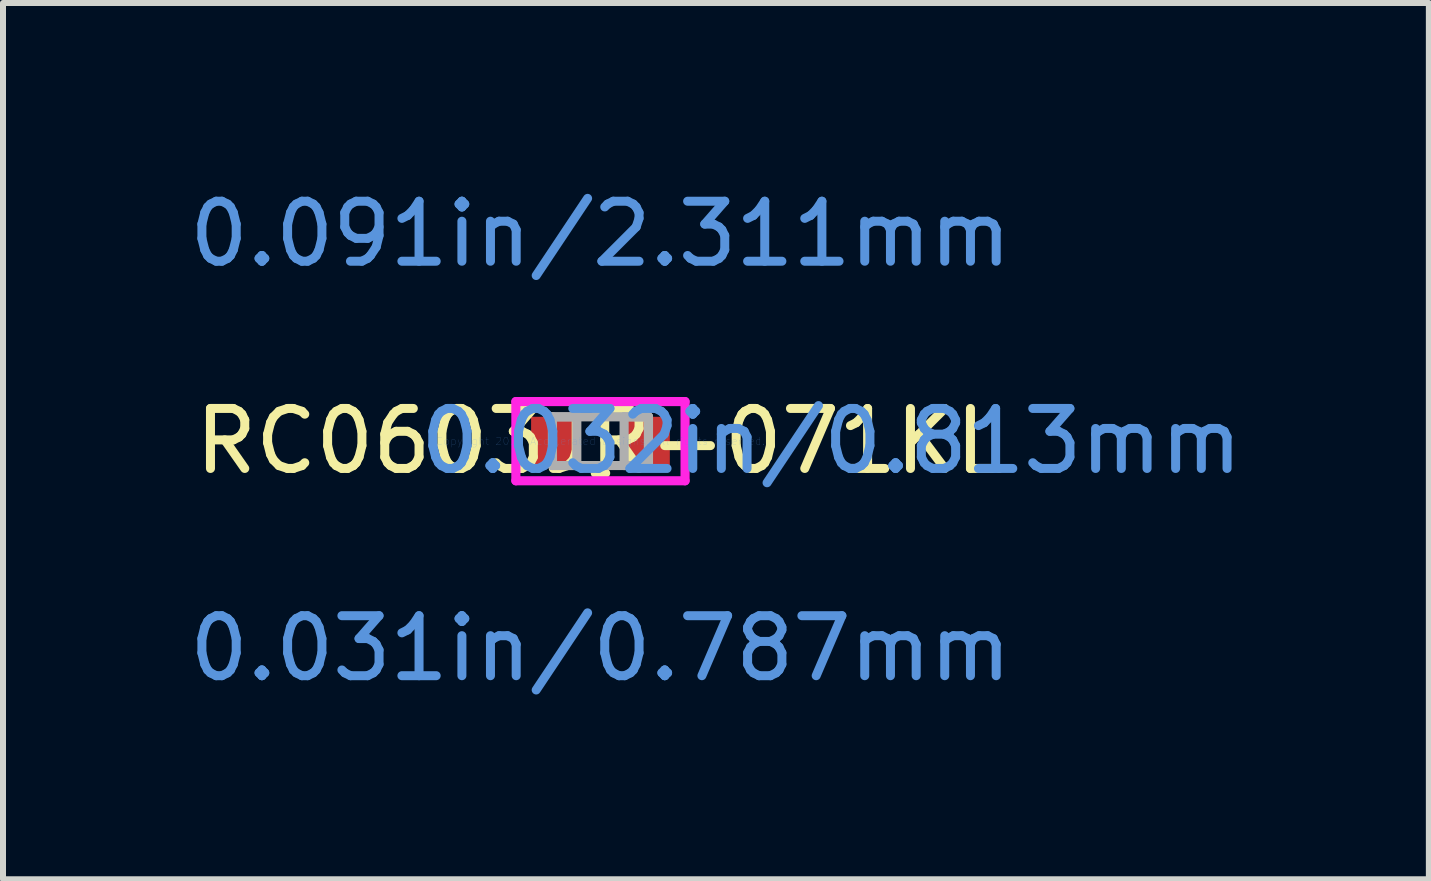
<source format=kicad_pcb>
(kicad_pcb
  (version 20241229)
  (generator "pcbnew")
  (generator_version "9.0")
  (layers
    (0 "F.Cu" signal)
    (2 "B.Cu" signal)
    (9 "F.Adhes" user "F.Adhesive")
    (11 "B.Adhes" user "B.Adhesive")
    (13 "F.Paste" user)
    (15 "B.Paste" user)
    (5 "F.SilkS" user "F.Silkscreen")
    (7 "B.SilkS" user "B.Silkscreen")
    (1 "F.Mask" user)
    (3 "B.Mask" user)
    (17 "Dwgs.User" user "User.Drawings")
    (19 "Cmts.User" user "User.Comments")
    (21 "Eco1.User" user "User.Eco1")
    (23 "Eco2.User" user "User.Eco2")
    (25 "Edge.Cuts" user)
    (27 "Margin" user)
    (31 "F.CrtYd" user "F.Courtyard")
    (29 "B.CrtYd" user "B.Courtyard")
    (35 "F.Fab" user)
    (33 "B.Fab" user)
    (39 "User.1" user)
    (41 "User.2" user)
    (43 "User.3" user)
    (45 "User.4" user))
  (footprint "RC0603JR-071KL"
    (layer "F.Cu")
    (at 6.958 4.303)
    (property "Reference" "RC0603JR-071KL" (at 0 0 0) (layer "F.SilkS") (effects (font (size 1 1) (thickness 0.15))))
    (attr through_hole)
    (fp_line (start -0.086 0.533) (end 0.086 0.533) (stroke (width 0.152) (type solid)) (layer "F.SilkS"))
    (fp_line (start 0.086 -0.533) (end -0.086 -0.533) (stroke (width 0.152) (type solid)) (layer "F.SilkS"))
    (fp_line (start -1.41 -0.66) (end 1.41 -0.66) (stroke (width 0.152) (type solid)) (layer "F.CrtYd"))
    (fp_line (start -1.41 0.66) (end -1.41 -0.66) (stroke (width 0.152) (type solid)) (layer "F.CrtYd"))
    (fp_line (start 1.41 -0.66) (end 1.41 0.66) (stroke (width 0.152) (type solid)) (layer "F.CrtYd"))
    (fp_line (start 1.41 0.66) (end -1.41 0.66) (stroke (width 0.152) (type solid)) (layer "F.CrtYd"))
    (fp_line (start -0.8 -0.406) (end -0.8 0.406) (stroke (width 0.152) (type solid)) (layer "F.Fab"))
    (fp_line (start -0.8 -0.406) (end -0.8 0.406) (stroke (width 0.152) (type solid)) (layer "F.Fab"))
    (fp_line (start -0.8 0.406) (end -0.394 0.406) (stroke (width 0.152) (type solid)) (layer "F.Fab"))
    (fp_line (start -0.8 0.406) (end 0.8 0.406) (stroke (width 0.152) (type solid)) (layer "F.Fab"))
    (fp_line (start -0.394 -0.406) (end -0.8 -0.406) (stroke (width 0.152) (type solid)) (layer "F.Fab"))
    (fp_line (start -0.394 0.406) (end -0.394 -0.406) (stroke (width 0.152) (type solid)) (layer "F.Fab"))
    (fp_line (start 0.394 -0.406) (end 0.394 0.406) (stroke (width 0.152) (type solid)) (layer "F.Fab"))
    (fp_line (start 0.394 0.406) (end 0.8 0.406) (stroke (width 0.152) (type solid)) (layer "F.Fab"))
    (fp_line (start 0.8 -0.406) (end -0.8 -0.406) (stroke (width 0.152) (type solid)) (layer "F.Fab"))
    (fp_line (start 0.8 -0.406) (end 0.394 -0.406) (stroke (width 0.152) (type solid)) (layer "F.Fab"))
    (fp_line (start 0.8 0.406) (end 0.8 -0.406) (stroke (width 0.152) (type solid)) (layer "F.Fab"))
    (fp_line (start 0.8 0.406) (end 0.8 -0.406) (stroke (width 0.152) (type solid)) (layer "F.Fab"))
    (fp_text user "Copyright 2016 Accelerated Designs. All rights reserved." (at 0 0 0) (layer "Cmts.User") (effects (font (size 0.127 0.127) (thickness 0.002))))
    (fp_text user "0.031in/0.787mm" (at 0 3.454 0) (layer "Cmts.User") (effects (font (size 1 1) (thickness 0.15))))
    (fp_text user "0.032in/0.813mm" (at 3.848 0 0) (layer "Cmts.User") (effects (font (size 1 1) (thickness 0.15))))
    (fp_text user "0.091in/2.311mm" (at 0 -3.454 0) (layer "Cmts.User") (effects (font (size 1 1) (thickness 0.15))))
    (pad "1" smd rect (at -0.775 0) (size 0.762 0.813) (layers "F.Cu" "F.Mask" "F.Paste"))
    (pad "2" smd rect (at 0.775 0) (size 0.762 0.813) (layers "F.Cu" "F.Mask" "F.Paste")))
  (gr_rect
    (start -3 -3)
    (end 20.765 11.605)
    (stroke (width 0.1) (type default))
    (fill no)
    (layer "Edge.Cuts")))
</source>
